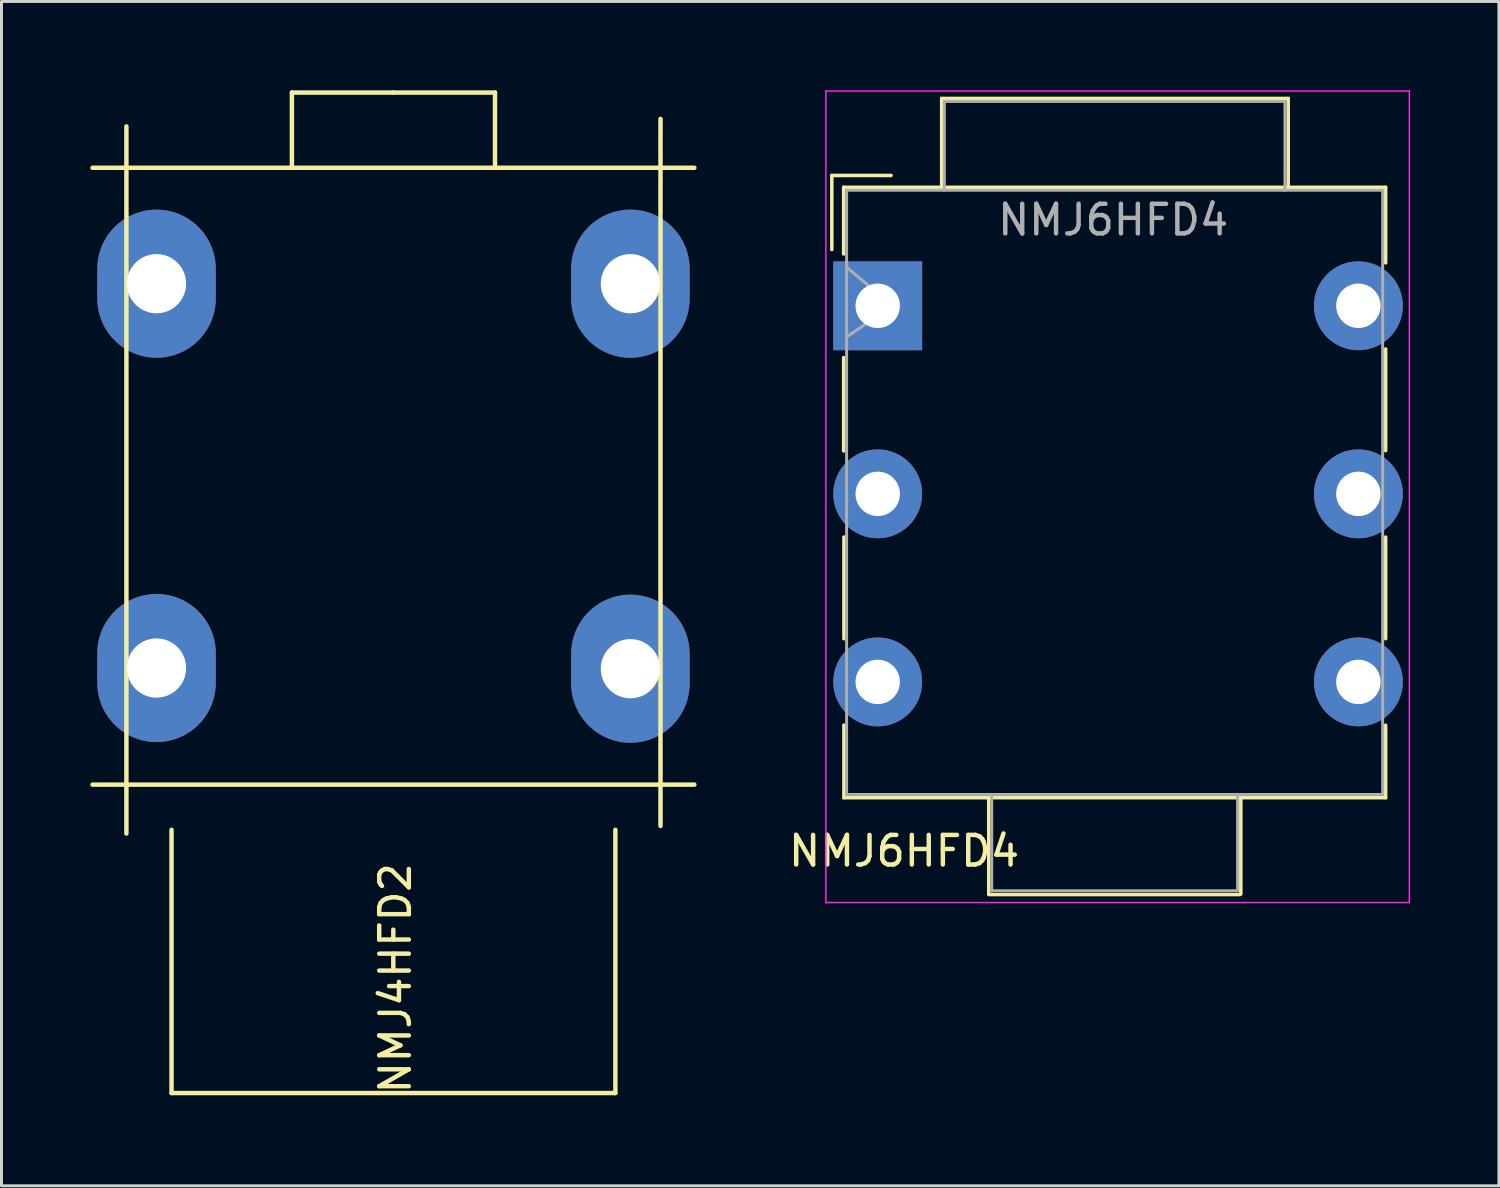
<source format=kicad_pcb>
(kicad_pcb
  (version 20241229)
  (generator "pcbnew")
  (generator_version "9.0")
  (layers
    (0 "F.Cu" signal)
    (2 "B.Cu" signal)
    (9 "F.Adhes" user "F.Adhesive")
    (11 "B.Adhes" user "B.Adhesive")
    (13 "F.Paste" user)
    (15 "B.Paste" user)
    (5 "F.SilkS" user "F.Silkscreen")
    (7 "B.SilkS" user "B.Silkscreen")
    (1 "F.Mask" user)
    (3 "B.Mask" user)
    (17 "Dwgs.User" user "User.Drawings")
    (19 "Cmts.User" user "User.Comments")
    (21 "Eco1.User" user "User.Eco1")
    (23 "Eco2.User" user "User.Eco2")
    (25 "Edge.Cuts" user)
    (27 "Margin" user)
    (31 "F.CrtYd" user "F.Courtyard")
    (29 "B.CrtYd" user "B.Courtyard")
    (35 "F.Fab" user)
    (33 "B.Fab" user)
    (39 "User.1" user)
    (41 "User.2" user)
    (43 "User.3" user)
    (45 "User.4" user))
  (footprint "NMJ6HFD4"
    (layer "F.Cu")
    (at 26.586 7.275)
    (property "Reference" "NMJ6HFD4" (at 0.89 18.41 0) (layer "F.SilkS") (effects (font (size 1 1) (thickness 0.15))))
    (attr through_hole)
    (fp_line (start -1.55 -4.4) (end -1.55 -1.9) (stroke (width 0.12) (type solid)) (layer "F.SilkS"))
    (fp_line (start -1.15 -4) (end 17.15 -4) (stroke (width 0.12) (type solid)) (layer "F.SilkS"))
    (fp_line (start -1.15 -1.75) (end -1.15 -4) (stroke (width 0.12) (type solid)) (layer "F.SilkS"))
    (fp_line (start -1.15 4.9) (end -1.15 1.75) (stroke (width 0.12) (type solid)) (layer "F.SilkS"))
    (fp_line (start -1.14 11.24) (end -1.14 7.81) (stroke (width 0.12) (type solid)) (layer "F.SilkS"))
    (fp_line (start -1.14 16.61) (end -1.14 14.16) (stroke (width 0.12) (type solid)) (layer "F.SilkS"))
    (fp_line (start -1.14 16.61) (end 17.15 16.61) (stroke (width 0.12) (type solid)) (layer "F.SilkS"))
    (fp_line (start 0.45 -4.4) (end -1.55 -4.4) (stroke (width 0.12) (type solid)) (layer "F.SilkS"))
    (fp_line (start 2.16 -7) (end 2.16 -4) (stroke (width 0.12) (type solid)) (layer "F.SilkS"))
    (fp_line (start 2.16 -7) (end 13.86 -7) (stroke (width 0.12) (type solid)) (layer "F.SilkS"))
    (fp_line (start 3.75 16.64) (end 3.75 19.86) (stroke (width 0.12) (type solid)) (layer "F.SilkS"))
    (fp_line (start 3.75 19.88) (end 12.23 19.88) (stroke (width 0.12) (type solid)) (layer "F.SilkS"))
    (fp_line (start 12.26 16.64) (end 12.26 19.86) (stroke (width 0.12) (type solid)) (layer "F.SilkS"))
    (fp_line (start 13.86 -7) (end 13.86 -4) (stroke (width 0.12) (type solid)) (layer "F.SilkS"))
    (fp_line (start 17.15 -4) (end 17.15 -1.45) (stroke (width 0.12) (type solid)) (layer "F.SilkS"))
    (fp_line (start 17.15 1.46) (end 17.15 4.89) (stroke (width 0.12) (type solid)) (layer "F.SilkS"))
    (fp_line (start 17.15 7.81) (end 17.15 11.24) (stroke (width 0.12) (type solid)) (layer "F.SilkS"))
    (fp_line (start 17.15 16.61) (end 17.15 14.16) (stroke (width 0.12) (type solid)) (layer "F.SilkS"))
    (fp_line (start -1.75 -7.25) (end -1.75 20.15) (stroke (width 0.05) (type solid)) (layer "F.CrtYd"))
    (fp_line (start -1.75 -7.25) (end 17.95 -7.25) (stroke (width 0.05) (type solid)) (layer "F.CrtYd"))
    (fp_line (start -1.75 20.15) (end 17.95 20.15) (stroke (width 0.05) (type solid)) (layer "F.CrtYd"))
    (fp_line (start 17.95 20.15) (end 17.95 -7.25) (stroke (width 0.05) (type solid)) (layer "F.CrtYd"))
    (fp_line (start -1.05 -3.9) (end 17.05 -3.9) (stroke (width 0.1) (type solid)) (layer "F.Fab"))
    (fp_line (start -1.05 -1.3) (end 0.5 0) (stroke (width 0.1) (type solid)) (layer "F.Fab"))
    (fp_line (start -1.05 16.5) (end -1.05 -3.9) (stroke (width 0.1) (type solid)) (layer "F.Fab"))
    (fp_line (start 0.5 0) (end -1.05 1.05) (stroke (width 0.1) (type solid)) (layer "F.Fab"))
    (fp_line (start 2.25 -6.9) (end 13.75 -6.9) (stroke (width 0.1) (type solid)) (layer "F.Fab"))
    (fp_line (start 2.25 -3.9) (end 2.25 -6.9) (stroke (width 0.1) (type solid)) (layer "F.Fab"))
    (fp_line (start 3.85 16.5) (end 3.85 19.75) (stroke (width 0.1) (type solid)) (layer "F.Fab"))
    (fp_line (start 3.85 19.75) (end 12.15 19.75) (stroke (width 0.1) (type solid)) (layer "F.Fab"))
    (fp_line (start 12.15 19.75) (end 12.15 16.5) (stroke (width 0.1) (type solid)) (layer "F.Fab"))
    (fp_line (start 13.75 -6.9) (end 13.75 -3.9) (stroke (width 0.1) (type solid)) (layer "F.Fab"))
    (fp_line (start 17.05 -3.9) (end 17.05 16.5) (stroke (width 0.1) (type solid)) (layer "F.Fab"))
    (fp_line (start 17.05 16.5) (end -1.05 16.5) (stroke (width 0.1) (type solid)) (layer "F.Fab"))
    (fp_text user "${REFERENCE}" (at 7.95 -2.9 0) (layer "F.Fab") (effects (font (size 1 1) (thickness 0.15))))
    (pad "1" thru_hole rect (at 0 0) (size 3 3) (drill 1.5) (layers "*.Cu" "*.Mask"))
    (pad "2" thru_hole circle (at 0 12.7) (size 3 3) (drill 1.5) (layers "*.Cu" "*.Mask"))
    (pad "3" thru_hole circle (at 0 6.35) (size 3 3) (drill 1.5) (layers "*.Cu" "*.Mask"))
    (pad "4" thru_hole circle (at 16.23 0) (size 3 3) (drill 1.5) (layers "*.Cu" "*.Mask"))
    (pad "5" thru_hole circle (at 16.23 12.7) (size 3 3) (drill 1.5) (layers "*.Cu" "*.Mask"))
    (pad "6" thru_hole circle (at 16.23 6.35) (size 3 3) (drill 1.5) (layers "*.Cu" "*.Mask")))
  (footprint "NMJ4HFD2"
    (layer "F.Cu")
    (at 10.235 13.029)
    (property "Reference" "NMJ4HFD2" (at 0.064 16.954 90) (layer "F.SilkS") (effects (font (size 1 1) (thickness 0.15))))
    (attr through_hole)
    (fp_line (start -10.16 -10.414) (end 10.16 -10.414) (stroke (width 0.15) (type solid)) (layer "F.SilkS"))
    (fp_line (start -10.16 10.414) (end 10.16 10.414) (stroke (width 0.15) (type solid)) (layer "F.SilkS"))
    (fp_line (start -9.017 -11.811) (end -9.017 12.065) (stroke (width 0.15) (type solid)) (layer "F.SilkS"))
    (fp_line (start -7.493 11.938) (end -7.493 20.828) (stroke (width 0.15) (type solid)) (layer "F.SilkS"))
    (fp_line (start -7.493 20.828) (end 7.493 20.828) (stroke (width 0.15) (type solid)) (layer "F.SilkS"))
    (fp_line (start -3.429 -12.954) (end -3.429 -10.414) (stroke (width 0.15) (type solid)) (layer "F.SilkS"))
    (fp_line (start 0 -12.954) (end -3.429 -12.954) (stroke (width 0.15) (type solid)) (layer "F.SilkS"))
    (fp_line (start 0 -12.954) (end 3.429 -12.954) (stroke (width 0.15) (type solid)) (layer "F.SilkS"))
    (fp_line (start 3.429 -12.954) (end 3.429 -10.414) (stroke (width 0.15) (type solid)) (layer "F.SilkS"))
    (fp_line (start 7.493 20.828) (end 7.493 11.938) (stroke (width 0.15) (type solid)) (layer "F.SilkS"))
    (fp_line (start 9.017 -12.065) (end 9.017 11.811) (stroke (width 0.15) (type solid)) (layer "F.SilkS"))
    (pad "1" thru_hole oval (at 8 -6.5) (size 4 5) (drill 2) (layers "*.Cu" "*.Mask"))
    (pad "2" thru_hole oval (at -8 -6.5) (size 4 5) (drill 2) (layers "*.Cu" "*.Mask"))
    (pad "3" thru_hole oval (at -8 6.477) (size 4 5) (drill 2) (layers "*.Cu" "*.Mask"))
    (pad "4" thru_hole oval (at 8 6.5) (size 4 5) (drill 2) (layers "*.Cu" "*.Mask")))
  (gr_rect
    (start -3 -3)
    (end 47.561 36.989)
    (stroke (width 0.1) (type default))
    (fill no)
    (layer "Edge.Cuts")))
</source>
